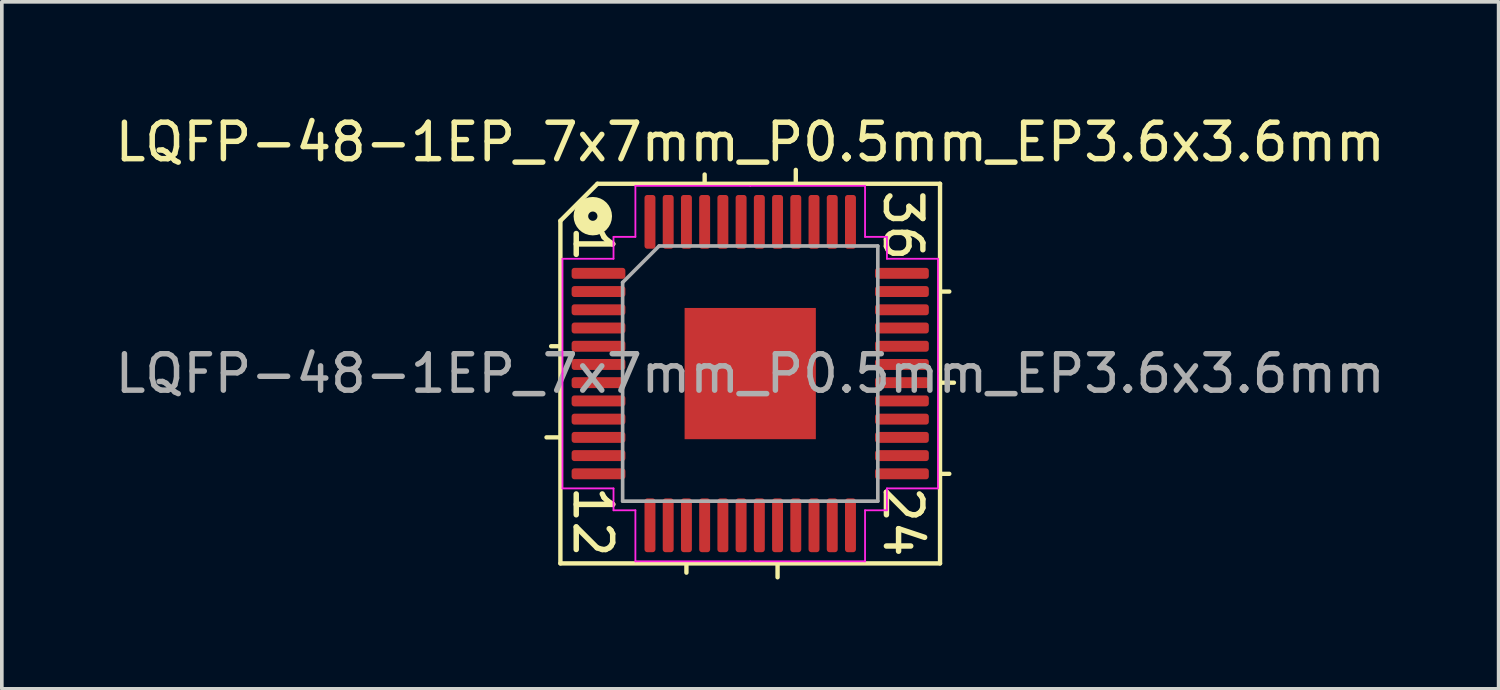
<source format=kicad_pcb>
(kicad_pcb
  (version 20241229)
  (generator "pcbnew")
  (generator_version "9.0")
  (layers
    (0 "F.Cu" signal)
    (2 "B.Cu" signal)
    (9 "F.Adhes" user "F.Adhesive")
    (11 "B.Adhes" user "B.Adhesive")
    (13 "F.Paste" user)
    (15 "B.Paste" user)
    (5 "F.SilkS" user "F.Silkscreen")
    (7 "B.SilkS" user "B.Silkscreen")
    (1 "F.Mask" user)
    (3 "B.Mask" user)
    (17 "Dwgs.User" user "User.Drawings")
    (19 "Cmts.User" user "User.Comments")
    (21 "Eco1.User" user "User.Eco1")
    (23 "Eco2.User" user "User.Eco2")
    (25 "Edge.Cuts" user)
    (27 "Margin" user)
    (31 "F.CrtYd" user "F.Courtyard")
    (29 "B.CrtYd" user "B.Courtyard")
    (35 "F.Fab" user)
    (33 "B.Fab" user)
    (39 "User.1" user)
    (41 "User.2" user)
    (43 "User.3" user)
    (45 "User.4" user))
  (footprint "LQFP-48-1EP_7x7mm_P0.5mm_EP3.6x3.6mm"
    (layer "F.Cu")
    (at 17.53 7.198)
    (property "Reference" "LQFP-48-1EP_7x7mm_P0.5mm_EP3.6x3.6mm" (at 0 -6.35 0) (layer "F.SilkS") (effects (font (size 1 1) (thickness 0.15))))
    (attr smd)
    (fp_line (start -5.207 -4.191) (end -5.207 5.207) (stroke (width 0.12) (type solid)) (layer "F.SilkS"))
    (fp_line (start -5.207 -0.75) (end -5.461 -0.75) (stroke (width 0.12) (type solid)) (layer "F.SilkS"))
    (fp_line (start -5.207 1.75) (end -5.588 1.75) (stroke (width 0.12) (type solid)) (layer "F.SilkS"))
    (fp_line (start -5.207 5.207) (end 5.207 5.207) (stroke (width 0.12) (type solid)) (layer "F.SilkS"))
    (fp_line (start -4.191 -5.207) (end -5.207 -4.191) (stroke (width 0.12) (type solid)) (layer "F.SilkS"))
    (fp_line (start -1.75 5.207) (end -1.75 5.461) (stroke (width 0.12) (type solid)) (layer "F.SilkS"))
    (fp_line (start -1.25 -5.207) (end -1.25 -5.461) (stroke (width 0.12) (type solid)) (layer "F.SilkS"))
    (fp_line (start 0.75 5.207) (end 0.75 5.588) (stroke (width 0.12) (type solid)) (layer "F.SilkS"))
    (fp_line (start 1.25 -5.207) (end 1.25 -5.588) (stroke (width 0.12) (type solid)) (layer "F.SilkS"))
    (fp_line (start 5.207 -5.207) (end -4.191 -5.207) (stroke (width 0.12) (type solid)) (layer "F.SilkS"))
    (fp_line (start 5.207 -2.25) (end 5.461 -2.25) (stroke (width 0.12) (type solid)) (layer "F.SilkS"))
    (fp_line (start 5.207 0.25) (end 5.588 0.25) (stroke (width 0.12) (type solid)) (layer "F.SilkS"))
    (fp_line (start 5.207 2.75) (end 5.461 2.75) (stroke (width 0.12) (type solid)) (layer "F.SilkS"))
    (fp_line (start 5.207 5.207) (end 5.207 -5.207) (stroke (width 0.12) (type solid)) (layer "F.SilkS"))
    (fp_circle (center -4.318 -4.318) (end -4.191 -4.318) (stroke (width 0.4) (type solid)) (fill no) (layer "F.SilkS"))
    (fp_line (start -5.15 -3.15) (end -5.15 0) (stroke (width 0.05) (type solid)) (layer "F.CrtYd"))
    (fp_line (start -5.15 3.15) (end -5.15 0) (stroke (width 0.05) (type solid)) (layer "F.CrtYd"))
    (fp_line (start -3.75 -3.75) (end -3.75 -3.15) (stroke (width 0.05) (type solid)) (layer "F.CrtYd"))
    (fp_line (start -3.75 -3.15) (end -5.15 -3.15) (stroke (width 0.05) (type solid)) (layer "F.CrtYd"))
    (fp_line (start -3.75 3.15) (end -5.15 3.15) (stroke (width 0.05) (type solid)) (layer "F.CrtYd"))
    (fp_line (start -3.75 3.75) (end -3.75 3.15) (stroke (width 0.05) (type solid)) (layer "F.CrtYd"))
    (fp_line (start -3.15 -5.15) (end -3.15 -3.75) (stroke (width 0.05) (type solid)) (layer "F.CrtYd"))
    (fp_line (start -3.15 -3.75) (end -3.75 -3.75) (stroke (width 0.05) (type solid)) (layer "F.CrtYd"))
    (fp_line (start -3.15 3.75) (end -3.75 3.75) (stroke (width 0.05) (type solid)) (layer "F.CrtYd"))
    (fp_line (start -3.15 5.15) (end -3.15 3.75) (stroke (width 0.05) (type solid)) (layer "F.CrtYd"))
    (fp_line (start 0 -5.15) (end -3.15 -5.15) (stroke (width 0.05) (type solid)) (layer "F.CrtYd"))
    (fp_line (start 0 -5.15) (end 3.15 -5.15) (stroke (width 0.05) (type solid)) (layer "F.CrtYd"))
    (fp_line (start 0 5.15) (end -3.15 5.15) (stroke (width 0.05) (type solid)) (layer "F.CrtYd"))
    (fp_line (start 0 5.15) (end 3.15 5.15) (stroke (width 0.05) (type solid)) (layer "F.CrtYd"))
    (fp_line (start 3.15 -5.15) (end 3.15 -3.75) (stroke (width 0.05) (type solid)) (layer "F.CrtYd"))
    (fp_line (start 3.15 -3.75) (end 3.75 -3.75) (stroke (width 0.05) (type solid)) (layer "F.CrtYd"))
    (fp_line (start 3.15 3.75) (end 3.75 3.75) (stroke (width 0.05) (type solid)) (layer "F.CrtYd"))
    (fp_line (start 3.15 5.15) (end 3.15 3.75) (stroke (width 0.05) (type solid)) (layer "F.CrtYd"))
    (fp_line (start 3.75 -3.75) (end 3.75 -3.15) (stroke (width 0.05) (type solid)) (layer "F.CrtYd"))
    (fp_line (start 3.75 -3.15) (end 5.15 -3.15) (stroke (width 0.05) (type solid)) (layer "F.CrtYd"))
    (fp_line (start 3.75 3.15) (end 5.15 3.15) (stroke (width 0.05) (type solid)) (layer "F.CrtYd"))
    (fp_line (start 3.75 3.75) (end 3.75 3.15) (stroke (width 0.05) (type solid)) (layer "F.CrtYd"))
    (fp_line (start 5.15 -3.15) (end 5.15 0) (stroke (width 0.05) (type solid)) (layer "F.CrtYd"))
    (fp_line (start 5.15 3.15) (end 5.15 0) (stroke (width 0.05) (type solid)) (layer "F.CrtYd"))
    (fp_line (start -3.5 -2.5) (end -2.5 -3.5) (stroke (width 0.1) (type solid)) (layer "F.Fab"))
    (fp_line (start -3.5 3.5) (end -3.5 -2.5) (stroke (width 0.1) (type solid)) (layer "F.Fab"))
    (fp_line (start -2.5 -3.5) (end 3.5 -3.5) (stroke (width 0.1) (type solid)) (layer "F.Fab"))
    (fp_line (start 3.5 -3.5) (end 3.5 3.5) (stroke (width 0.1) (type solid)) (layer "F.Fab"))
    (fp_line (start 3.5 3.5) (end -3.5 3.5) (stroke (width 0.1) (type solid)) (layer "F.Fab"))
    (fp_text user "36" (at 4.191 -4.064 270) (unlocked yes) (layer "F.SilkS") (effects (font (size 1 1) (thickness 0.15))))
    (fp_text user "1" (at -4.318 -3.556 270) (unlocked yes) (layer "F.SilkS") (effects (font (size 1 1) (thickness 0.15))))
    (fp_text user "24" (at 4.191 4.064 270) (unlocked yes) (layer "F.SilkS") (effects (font (size 1 1) (thickness 0.15))))
    (fp_text user "12" (at -4.318 4.064 270) (unlocked yes) (layer "F.SilkS") (effects (font (size 1 1) (thickness 0.15))))
    (fp_text user "${REFERENCE}" (at 0 0 0) (layer "F.Fab") (effects (font (size 1 1) (thickness 0.15))))
    (pad "" smd roundrect (at -1.2 -1.2) (size 0.97 0.97) (layers "F.Paste") (roundrect_rratio 0.25))
    (pad "" smd roundrect (at -1.2 0) (size 0.97 0.97) (layers "F.Paste") (roundrect_rratio 0.25))
    (pad "" smd roundrect (at -1.2 1.2) (size 0.97 0.97) (layers "F.Paste") (roundrect_rratio 0.25))
    (pad "" smd roundrect (at 0 -1.2) (size 0.97 0.97) (layers "F.Paste") (roundrect_rratio 0.25))
    (pad "" smd roundrect (at 0 0) (size 0.97 0.97) (layers "F.Paste") (roundrect_rratio 0.25))
    (pad "" smd roundrect (at 0 1.2) (size 0.97 0.97) (layers "F.Paste") (roundrect_rratio 0.25))
    (pad "" smd roundrect (at 1.2 -1.2) (size 0.97 0.97) (layers "F.Paste") (roundrect_rratio 0.25))
    (pad "" smd roundrect (at 1.2 0) (size 0.97 0.97) (layers "F.Paste") (roundrect_rratio 0.25))
    (pad "" smd roundrect (at 1.2 1.2) (size 0.97 0.97) (layers "F.Paste") (roundrect_rratio 0.25))
    (pad "1" smd roundrect (at -4.162 -2.75) (size 1.475 0.3) (layers "F.Cu" "F.Mask" "F.Paste") (roundrect_rratio 0.25))
    (pad "2" smd roundrect (at -4.162 -2.25) (size 1.475 0.3) (layers "F.Cu" "F.Mask" "F.Paste") (roundrect_rratio 0.25))
    (pad "3" smd roundrect (at -4.162 -1.75) (size 1.475 0.3) (layers "F.Cu" "F.Mask" "F.Paste") (roundrect_rratio 0.25))
    (pad "4" smd roundrect (at -4.162 -1.25) (size 1.475 0.3) (layers "F.Cu" "F.Mask" "F.Paste") (roundrect_rratio 0.25))
    (pad "5" smd roundrect (at -4.162 -0.75) (size 1.475 0.3) (layers "F.Cu" "F.Mask" "F.Paste") (roundrect_rratio 0.25))
    (pad "6" smd roundrect (at -4.162 -0.25) (size 1.475 0.3) (layers "F.Cu" "F.Mask" "F.Paste") (roundrect_rratio 0.25))
    (pad "7" smd roundrect (at -4.162 0.25) (size 1.475 0.3) (layers "F.Cu" "F.Mask" "F.Paste") (roundrect_rratio 0.25))
    (pad "8" smd roundrect (at -4.162 0.75) (size 1.475 0.3) (layers "F.Cu" "F.Mask" "F.Paste") (roundrect_rratio 0.25))
    (pad "9" smd roundrect (at -4.162 1.25) (size 1.475 0.3) (layers "F.Cu" "F.Mask" "F.Paste") (roundrect_rratio 0.25))
    (pad "10" smd roundrect (at -4.162 1.75) (size 1.475 0.3) (layers "F.Cu" "F.Mask" "F.Paste") (roundrect_rratio 0.25))
    (pad "11" smd roundrect (at -4.162 2.25) (size 1.475 0.3) (layers "F.Cu" "F.Mask" "F.Paste") (roundrect_rratio 0.25))
    (pad "12" smd roundrect (at -4.162 2.75) (size 1.475 0.3) (layers "F.Cu" "F.Mask" "F.Paste") (roundrect_rratio 0.25))
    (pad "13" smd roundrect (at -2.75 4.162) (size 0.3 1.475) (layers "F.Cu" "F.Mask" "F.Paste") (roundrect_rratio 0.25))
    (pad "14" smd roundrect (at -2.25 4.162) (size 0.3 1.475) (layers "F.Cu" "F.Mask" "F.Paste") (roundrect_rratio 0.25))
    (pad "15" smd roundrect (at -1.75 4.162) (size 0.3 1.475) (layers "F.Cu" "F.Mask" "F.Paste") (roundrect_rratio 0.25))
    (pad "16" smd roundrect (at -1.25 4.162) (size 0.3 1.475) (layers "F.Cu" "F.Mask" "F.Paste") (roundrect_rratio 0.25))
    (pad "17" smd roundrect (at -0.75 4.162) (size 0.3 1.475) (layers "F.Cu" "F.Mask" "F.Paste") (roundrect_rratio 0.25))
    (pad "18" smd roundrect (at -0.25 4.162) (size 0.3 1.475) (layers "F.Cu" "F.Mask" "F.Paste") (roundrect_rratio 0.25))
    (pad "19" smd roundrect (at 0.25 4.162) (size 0.3 1.475) (layers "F.Cu" "F.Mask" "F.Paste") (roundrect_rratio 0.25))
    (pad "20" smd roundrect (at 0.75 4.162) (size 0.3 1.475) (layers "F.Cu" "F.Mask" "F.Paste") (roundrect_rratio 0.25))
    (pad "21" smd roundrect (at 1.25 4.162) (size 0.3 1.475) (layers "F.Cu" "F.Mask" "F.Paste") (roundrect_rratio 0.25))
    (pad "22" smd roundrect (at 1.75 4.162) (size 0.3 1.475) (layers "F.Cu" "F.Mask" "F.Paste") (roundrect_rratio 0.25))
    (pad "23" smd roundrect (at 2.25 4.162) (size 0.3 1.475) (layers "F.Cu" "F.Mask" "F.Paste") (roundrect_rratio 0.25))
    (pad "24" smd roundrect (at 2.75 4.162) (size 0.3 1.475) (layers "F.Cu" "F.Mask" "F.Paste") (roundrect_rratio 0.25))
    (pad "25" smd roundrect (at 4.162 2.75) (size 1.475 0.3) (layers "F.Cu" "F.Mask" "F.Paste") (roundrect_rratio 0.25))
    (pad "26" smd roundrect (at 4.162 2.25) (size 1.475 0.3) (layers "F.Cu" "F.Mask" "F.Paste") (roundrect_rratio 0.25))
    (pad "27" smd roundrect (at 4.162 1.75) (size 1.475 0.3) (layers "F.Cu" "F.Mask" "F.Paste") (roundrect_rratio 0.25))
    (pad "28" smd roundrect (at 4.162 1.25) (size 1.475 0.3) (layers "F.Cu" "F.Mask" "F.Paste") (roundrect_rratio 0.25))
    (pad "29" smd roundrect (at 4.162 0.75) (size 1.475 0.3) (layers "F.Cu" "F.Mask" "F.Paste") (roundrect_rratio 0.25))
    (pad "30" smd roundrect (at 4.162 0.25) (size 1.475 0.3) (layers "F.Cu" "F.Mask" "F.Paste") (roundrect_rratio 0.25))
    (pad "31" smd roundrect (at 4.162 -0.25) (size 1.475 0.3) (layers "F.Cu" "F.Mask" "F.Paste") (roundrect_rratio 0.25))
    (pad "32" smd roundrect (at 4.162 -0.75) (size 1.475 0.3) (layers "F.Cu" "F.Mask" "F.Paste") (roundrect_rratio 0.25))
    (pad "33" smd roundrect (at 4.162 -1.25) (size 1.475 0.3) (layers "F.Cu" "F.Mask" "F.Paste") (roundrect_rratio 0.25))
    (pad "34" smd roundrect (at 4.162 -1.75) (size 1.475 0.3) (layers "F.Cu" "F.Mask" "F.Paste") (roundrect_rratio 0.25))
    (pad "35" smd roundrect (at 4.162 -2.25) (size 1.475 0.3) (layers "F.Cu" "F.Mask" "F.Paste") (roundrect_rratio 0.25))
    (pad "36" smd roundrect (at 4.162 -2.75) (size 1.475 0.3) (layers "F.Cu" "F.Mask" "F.Paste") (roundrect_rratio 0.25))
    (pad "37" smd roundrect (at 2.75 -4.162) (size 0.3 1.475) (layers "F.Cu" "F.Mask" "F.Paste") (roundrect_rratio 0.25))
    (pad "38" smd roundrect (at 2.25 -4.162) (size 0.3 1.475) (layers "F.Cu" "F.Mask" "F.Paste") (roundrect_rratio 0.25))
    (pad "39" smd roundrect (at 1.75 -4.162) (size 0.3 1.475) (layers "F.Cu" "F.Mask" "F.Paste") (roundrect_rratio 0.25))
    (pad "40" smd roundrect (at 1.25 -4.162) (size 0.3 1.475) (layers "F.Cu" "F.Mask" "F.Paste") (roundrect_rratio 0.25))
    (pad "41" smd roundrect (at 0.75 -4.162) (size 0.3 1.475) (layers "F.Cu" "F.Mask" "F.Paste") (roundrect_rratio 0.25))
    (pad "42" smd roundrect (at 0.25 -4.162) (size 0.3 1.475) (layers "F.Cu" "F.Mask" "F.Paste") (roundrect_rratio 0.25))
    (pad "43" smd roundrect (at -0.25 -4.162) (size 0.3 1.475) (layers "F.Cu" "F.Mask" "F.Paste") (roundrect_rratio 0.25))
    (pad "44" smd roundrect (at -0.75 -4.162) (size 0.3 1.475) (layers "F.Cu" "F.Mask" "F.Paste") (roundrect_rratio 0.25))
    (pad "45" smd roundrect (at -1.25 -4.162) (size 0.3 1.475) (layers "F.Cu" "F.Mask" "F.Paste") (roundrect_rratio 0.25))
    (pad "46" smd roundrect (at -1.75 -4.162) (size 0.3 1.475) (layers "F.Cu" "F.Mask" "F.Paste") (roundrect_rratio 0.25))
    (pad "47" smd roundrect (at -2.25 -4.162) (size 0.3 1.475) (layers "F.Cu" "F.Mask" "F.Paste") (roundrect_rratio 0.25))
    (pad "48" smd roundrect (at -2.75 -4.162) (size 0.3 1.475) (layers "F.Cu" "F.Mask" "F.Paste") (roundrect_rratio 0.25))
    (pad "49" smd rect (at 0 0) (size 3.6 3.6) (layers "F.Cu" "F.Mask")))
  (gr_rect
    (start -3 -3)
    (end 38.06 15.846)
    (stroke (width 0.1) (type default))
    (fill no)
    (layer "Edge.Cuts")))
</source>
